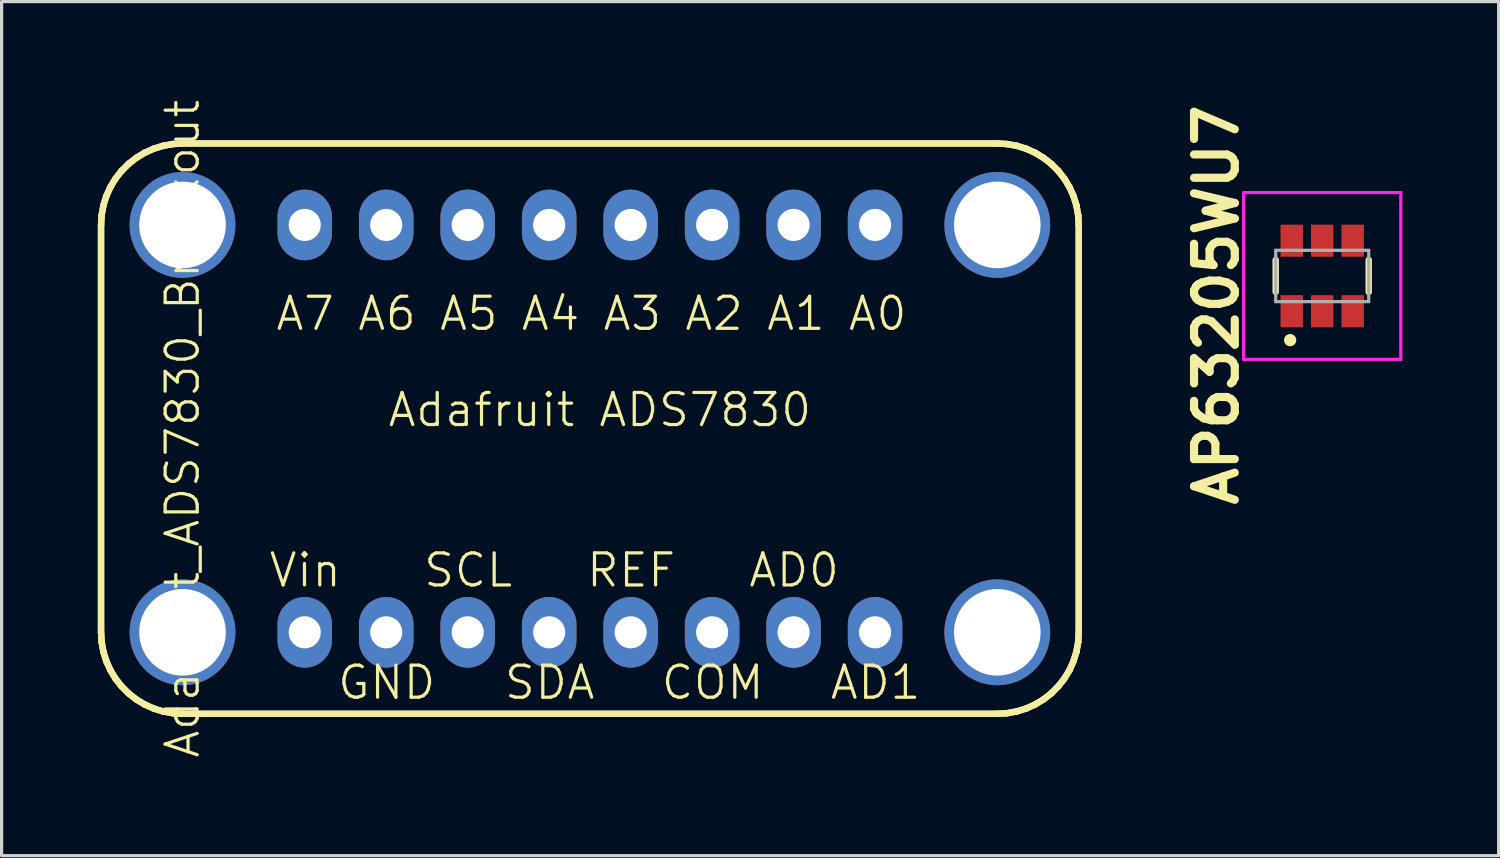
<source format=kicad_pcb>
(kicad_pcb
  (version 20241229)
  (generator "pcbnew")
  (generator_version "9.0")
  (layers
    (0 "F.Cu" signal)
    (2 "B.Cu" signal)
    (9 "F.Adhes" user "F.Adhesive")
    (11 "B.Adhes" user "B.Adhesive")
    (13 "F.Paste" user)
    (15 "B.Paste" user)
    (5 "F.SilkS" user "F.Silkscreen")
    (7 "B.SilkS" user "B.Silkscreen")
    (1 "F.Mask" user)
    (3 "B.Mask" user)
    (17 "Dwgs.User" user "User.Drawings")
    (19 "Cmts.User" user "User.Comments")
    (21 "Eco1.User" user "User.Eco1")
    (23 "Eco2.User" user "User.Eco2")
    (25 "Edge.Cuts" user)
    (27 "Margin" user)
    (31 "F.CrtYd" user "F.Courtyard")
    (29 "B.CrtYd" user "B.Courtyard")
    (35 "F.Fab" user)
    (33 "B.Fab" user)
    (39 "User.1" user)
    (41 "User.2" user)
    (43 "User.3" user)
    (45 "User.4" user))
  (footprint "AP63205WU7"
    (layer "F.Cu")
    (at 38.169 5.553)
    (property "Reference" "AP63205WU7" (at -3.3 0.9 90) (layer "F.SilkS") (effects (font (size 1.27 1.27) (thickness 0.254))))
    (attr smd)
    (fp_line (start -1.45 -0.5) (end -1.45 0.5) (stroke (width 0.2) (type solid)) (layer "F.SilkS"))
    (fp_line (start 1.45 -0.5) (end 1.45 0.5) (stroke (width 0.2) (type solid)) (layer "F.SilkS"))
    (fp_circle (center -1 2) (end -0.859 2) (stroke (width 0.1) (type solid)) (fill yes) (layer "F.SilkS"))
    (fp_line (start -2.45 -2.599) (end 2.45 -2.599) (stroke (width 0.1) (type solid)) (layer "F.CrtYd"))
    (fp_line (start -2.45 2.599) (end -2.45 -2.599) (stroke (width 0.1) (type solid)) (layer "F.CrtYd"))
    (fp_line (start 2.45 -2.599) (end 2.45 2.599) (stroke (width 0.1) (type solid)) (layer "F.CrtYd"))
    (fp_line (start 2.45 2.599) (end -2.45 2.599) (stroke (width 0.1) (type solid)) (layer "F.CrtYd"))
    (fp_line (start -1.45 -0.8) (end 1.45 -0.8) (stroke (width 0.1) (type solid)) (layer "F.Fab"))
    (fp_line (start -1.45 0.8) (end -1.45 -0.8) (stroke (width 0.1) (type solid)) (layer "F.Fab"))
    (fp_line (start 1.45 -0.8) (end 1.45 0.8) (stroke (width 0.1) (type solid)) (layer "F.Fab"))
    (fp_line (start 1.45 0.8) (end -1.45 0.8) (stroke (width 0.1) (type solid)) (layer "F.Fab"))
    (pad "1" smd rect (at -0.95 1.099) (size 0.7 1) (layers "F.Cu" "F.Mask" "F.Paste"))
    (pad "2" smd rect (at 0 1.099) (size 0.7 1) (layers "F.Cu" "F.Mask" "F.Paste"))
    (pad "3" smd rect (at 0.95 1.099) (size 0.7 1) (layers "F.Cu" "F.Mask" "F.Paste"))
    (pad "4" smd rect (at 0.95 -1.099) (size 0.7 1) (layers "F.Cu" "F.Mask" "F.Paste"))
    (pad "5" smd rect (at 0 -1.099) (size 0.7 1) (layers "F.Cu" "F.Mask" "F.Paste"))
    (pad "6" smd rect (at -0.95 -1.099) (size 0.7 1) (layers "F.Cu" "F.Mask" "F.Paste")))
  (footprint "Adafruit_ADS7830_Breakout"
    (layer "F.Cu")
    (at 15.34 10.312)
    (property "Reference" "Adafruit_ADS7830_Breakout" (at -12.7 0 90) (unlocked yes) (layer "F.SilkS") (effects (font (size 1 1) (thickness 0.1))))
    (attr through_hole)
    (fp_line (start -15.24 -6.35) (end -15.24 6.35) (stroke (width 0.2) (type solid)) (layer "F.SilkS"))
    (fp_line (start -15.24 -6.35) (end -15.24 6.35) (stroke (width 0.2) (type solid)) (layer "F.SilkS"))
    (fp_line (start -15.24 6.35) (end -15.221 6.656) (stroke (width 0.2) (type solid)) (layer "F.SilkS"))
    (fp_line (start -15.24 6.35) (end -15.221 6.656) (stroke (width 0.2) (type solid)) (layer "F.SilkS"))
    (fp_line (start -15.221 -6.656) (end -15.24 -6.35) (stroke (width 0.2) (type solid)) (layer "F.SilkS"))
    (fp_line (start -15.221 -6.656) (end -15.24 -6.35) (stroke (width 0.2) (type solid)) (layer "F.SilkS"))
    (fp_line (start -15.221 6.656) (end -15.166 6.958) (stroke (width 0.2) (type solid)) (layer "F.SilkS"))
    (fp_line (start -15.221 6.656) (end -15.166 6.958) (stroke (width 0.2) (type solid)) (layer "F.SilkS"))
    (fp_line (start -15.166 -6.958) (end -15.221 -6.656) (stroke (width 0.2) (type solid)) (layer "F.SilkS"))
    (fp_line (start -15.166 -6.958) (end -15.221 -6.656) (stroke (width 0.2) (type solid)) (layer "F.SilkS"))
    (fp_line (start -15.166 6.958) (end -15.075 7.251) (stroke (width 0.2) (type solid)) (layer "F.SilkS"))
    (fp_line (start -15.166 6.958) (end -15.075 7.251) (stroke (width 0.2) (type solid)) (layer "F.SilkS"))
    (fp_line (start -15.075 -7.251) (end -15.166 -6.958) (stroke (width 0.2) (type solid)) (layer "F.SilkS"))
    (fp_line (start -15.075 -7.251) (end -15.166 -6.958) (stroke (width 0.2) (type solid)) (layer "F.SilkS"))
    (fp_line (start -15.075 7.251) (end -14.949 7.53) (stroke (width 0.2) (type solid)) (layer "F.SilkS"))
    (fp_line (start -15.075 7.251) (end -14.949 7.53) (stroke (width 0.2) (type solid)) (layer "F.SilkS"))
    (fp_line (start -14.949 -7.53) (end -15.075 -7.251) (stroke (width 0.2) (type solid)) (layer "F.SilkS"))
    (fp_line (start -14.949 -7.53) (end -15.075 -7.251) (stroke (width 0.2) (type solid)) (layer "F.SilkS"))
    (fp_line (start -14.949 7.53) (end -14.79 7.793) (stroke (width 0.2) (type solid)) (layer "F.SilkS"))
    (fp_line (start -14.949 7.53) (end -14.79 7.793) (stroke (width 0.2) (type solid)) (layer "F.SilkS"))
    (fp_line (start -14.79 -7.793) (end -14.949 -7.53) (stroke (width 0.2) (type solid)) (layer "F.SilkS"))
    (fp_line (start -14.79 -7.793) (end -14.949 -7.53) (stroke (width 0.2) (type solid)) (layer "F.SilkS"))
    (fp_line (start -14.79 7.793) (end -14.601 8.034) (stroke (width 0.2) (type solid)) (layer "F.SilkS"))
    (fp_line (start -14.79 7.793) (end -14.601 8.034) (stroke (width 0.2) (type solid)) (layer "F.SilkS"))
    (fp_line (start -14.601 -8.034) (end -14.79 -7.793) (stroke (width 0.2) (type solid)) (layer "F.SilkS"))
    (fp_line (start -14.601 -8.034) (end -14.79 -7.793) (stroke (width 0.2) (type solid)) (layer "F.SilkS"))
    (fp_line (start -14.601 8.034) (end -14.384 8.251) (stroke (width 0.2) (type solid)) (layer "F.SilkS"))
    (fp_line (start -14.601 8.034) (end -14.384 8.251) (stroke (width 0.2) (type solid)) (layer "F.SilkS"))
    (fp_line (start -14.384 -8.251) (end -14.601 -8.034) (stroke (width 0.2) (type solid)) (layer "F.SilkS"))
    (fp_line (start -14.384 -8.251) (end -14.601 -8.034) (stroke (width 0.2) (type solid)) (layer "F.SilkS"))
    (fp_line (start -14.384 8.251) (end -14.143 8.44) (stroke (width 0.2) (type solid)) (layer "F.SilkS"))
    (fp_line (start -14.384 8.251) (end -14.143 8.44) (stroke (width 0.2) (type solid)) (layer "F.SilkS"))
    (fp_line (start -14.143 -8.44) (end -14.384 -8.251) (stroke (width 0.2) (type solid)) (layer "F.SilkS"))
    (fp_line (start -14.143 -8.44) (end -14.384 -8.251) (stroke (width 0.2) (type solid)) (layer "F.SilkS"))
    (fp_line (start -14.143 8.44) (end -13.88 8.599) (stroke (width 0.2) (type solid)) (layer "F.SilkS"))
    (fp_line (start -14.143 8.44) (end -13.88 8.599) (stroke (width 0.2) (type solid)) (layer "F.SilkS"))
    (fp_line (start -13.88 -8.599) (end -14.143 -8.44) (stroke (width 0.2) (type solid)) (layer "F.SilkS"))
    (fp_line (start -13.88 -8.599) (end -14.143 -8.44) (stroke (width 0.2) (type solid)) (layer "F.SilkS"))
    (fp_line (start -13.88 8.599) (end -13.601 8.725) (stroke (width 0.2) (type solid)) (layer "F.SilkS"))
    (fp_line (start -13.88 8.599) (end -13.601 8.725) (stroke (width 0.2) (type solid)) (layer "F.SilkS"))
    (fp_line (start -13.601 -8.725) (end -13.88 -8.599) (stroke (width 0.2) (type solid)) (layer "F.SilkS"))
    (fp_line (start -13.601 -8.725) (end -13.88 -8.599) (stroke (width 0.2) (type solid)) (layer "F.SilkS"))
    (fp_line (start -13.601 8.725) (end -13.308 8.816) (stroke (width 0.2) (type solid)) (layer "F.SilkS"))
    (fp_line (start -13.601 8.725) (end -13.308 8.816) (stroke (width 0.2) (type solid)) (layer "F.SilkS"))
    (fp_line (start -13.308 -8.816) (end -13.601 -8.725) (stroke (width 0.2) (type solid)) (layer "F.SilkS"))
    (fp_line (start -13.308 -8.816) (end -13.601 -8.725) (stroke (width 0.2) (type solid)) (layer "F.SilkS"))
    (fp_line (start -13.308 8.816) (end -13.006 8.871) (stroke (width 0.2) (type solid)) (layer "F.SilkS"))
    (fp_line (start -13.308 8.816) (end -13.006 8.871) (stroke (width 0.2) (type solid)) (layer "F.SilkS"))
    (fp_line (start -13.006 -8.871) (end -13.308 -8.816) (stroke (width 0.2) (type solid)) (layer "F.SilkS"))
    (fp_line (start -13.006 -8.871) (end -13.308 -8.816) (stroke (width 0.2) (type solid)) (layer "F.SilkS"))
    (fp_line (start -13.006 8.871) (end -12.7 8.89) (stroke (width 0.2) (type solid)) (layer "F.SilkS"))
    (fp_line (start -13.006 8.871) (end -12.7 8.89) (stroke (width 0.2) (type solid)) (layer "F.SilkS"))
    (fp_line (start -12.7 -8.89) (end -13.006 -8.871) (stroke (width 0.2) (type solid)) (layer "F.SilkS"))
    (fp_line (start -12.7 -8.89) (end -13.006 -8.871) (stroke (width 0.2) (type solid)) (layer "F.SilkS"))
    (fp_line (start -12.7 8.89) (end 12.7 8.89) (stroke (width 0.2) (type solid)) (layer "F.SilkS"))
    (fp_line (start -12.7 8.89) (end 12.7 8.89) (stroke (width 0.2) (type solid)) (layer "F.SilkS"))
    (fp_line (start 12.7 -8.89) (end -12.7 -8.89) (stroke (width 0.2) (type solid)) (layer "F.SilkS"))
    (fp_line (start 12.7 -8.89) (end -12.7 -8.89) (stroke (width 0.2) (type solid)) (layer "F.SilkS"))
    (fp_line (start 12.7 8.89) (end 13.006 8.871) (stroke (width 0.2) (type solid)) (layer "F.SilkS"))
    (fp_line (start 12.7 8.89) (end 13.006 8.871) (stroke (width 0.2) (type solid)) (layer "F.SilkS"))
    (fp_line (start 13.006 -8.871) (end 12.7 -8.89) (stroke (width 0.2) (type solid)) (layer "F.SilkS"))
    (fp_line (start 13.006 -8.871) (end 12.7 -8.89) (stroke (width 0.2) (type solid)) (layer "F.SilkS"))
    (fp_line (start 13.006 8.871) (end 13.308 8.816) (stroke (width 0.2) (type solid)) (layer "F.SilkS"))
    (fp_line (start 13.006 8.871) (end 13.308 8.816) (stroke (width 0.2) (type solid)) (layer "F.SilkS"))
    (fp_line (start 13.308 -8.816) (end 13.006 -8.871) (stroke (width 0.2) (type solid)) (layer "F.SilkS"))
    (fp_line (start 13.308 -8.816) (end 13.006 -8.871) (stroke (width 0.2) (type solid)) (layer "F.SilkS"))
    (fp_line (start 13.308 8.816) (end 13.601 8.725) (stroke (width 0.2) (type solid)) (layer "F.SilkS"))
    (fp_line (start 13.308 8.816) (end 13.601 8.725) (stroke (width 0.2) (type solid)) (layer "F.SilkS"))
    (fp_line (start 13.601 -8.725) (end 13.308 -8.816) (stroke (width 0.2) (type solid)) (layer "F.SilkS"))
    (fp_line (start 13.601 -8.725) (end 13.308 -8.816) (stroke (width 0.2) (type solid)) (layer "F.SilkS"))
    (fp_line (start 13.601 8.725) (end 13.88 8.599) (stroke (width 0.2) (type solid)) (layer "F.SilkS"))
    (fp_line (start 13.601 8.725) (end 13.88 8.599) (stroke (width 0.2) (type solid)) (layer "F.SilkS"))
    (fp_line (start 13.88 -8.599) (end 13.601 -8.725) (stroke (width 0.2) (type solid)) (layer "F.SilkS"))
    (fp_line (start 13.88 -8.599) (end 13.601 -8.725) (stroke (width 0.2) (type solid)) (layer "F.SilkS"))
    (fp_line (start 13.88 8.599) (end 14.143 8.44) (stroke (width 0.2) (type solid)) (layer "F.SilkS"))
    (fp_line (start 13.88 8.599) (end 14.143 8.44) (stroke (width 0.2) (type solid)) (layer "F.SilkS"))
    (fp_line (start 14.143 -8.44) (end 13.88 -8.599) (stroke (width 0.2) (type solid)) (layer "F.SilkS"))
    (fp_line (start 14.143 -8.44) (end 13.88 -8.599) (stroke (width 0.2) (type solid)) (layer "F.SilkS"))
    (fp_line (start 14.143 8.44) (end 14.384 8.251) (stroke (width 0.2) (type solid)) (layer "F.SilkS"))
    (fp_line (start 14.143 8.44) (end 14.384 8.251) (stroke (width 0.2) (type solid)) (layer "F.SilkS"))
    (fp_line (start 14.384 -8.251) (end 14.143 -8.44) (stroke (width 0.2) (type solid)) (layer "F.SilkS"))
    (fp_line (start 14.384 -8.251) (end 14.143 -8.44) (stroke (width 0.2) (type solid)) (layer "F.SilkS"))
    (fp_line (start 14.384 8.251) (end 14.601 8.034) (stroke (width 0.2) (type solid)) (layer "F.SilkS"))
    (fp_line (start 14.384 8.251) (end 14.601 8.034) (stroke (width 0.2) (type solid)) (layer "F.SilkS"))
    (fp_line (start 14.601 -8.034) (end 14.384 -8.251) (stroke (width 0.2) (type solid)) (layer "F.SilkS"))
    (fp_line (start 14.601 -8.034) (end 14.384 -8.251) (stroke (width 0.2) (type solid)) (layer "F.SilkS"))
    (fp_line (start 14.601 8.034) (end 14.79 7.793) (stroke (width 0.2) (type solid)) (layer "F.SilkS"))
    (fp_line (start 14.601 8.034) (end 14.79 7.793) (stroke (width 0.2) (type solid)) (layer "F.SilkS"))
    (fp_line (start 14.79 -7.793) (end 14.601 -8.034) (stroke (width 0.2) (type solid)) (layer "F.SilkS"))
    (fp_line (start 14.79 -7.793) (end 14.601 -8.034) (stroke (width 0.2) (type solid)) (layer "F.SilkS"))
    (fp_line (start 14.79 7.793) (end 14.949 7.53) (stroke (width 0.2) (type solid)) (layer "F.SilkS"))
    (fp_line (start 14.79 7.793) (end 14.949 7.53) (stroke (width 0.2) (type solid)) (layer "F.SilkS"))
    (fp_line (start 14.949 -7.53) (end 14.79 -7.793) (stroke (width 0.2) (type solid)) (layer "F.SilkS"))
    (fp_line (start 14.949 -7.53) (end 14.79 -7.793) (stroke (width 0.2) (type solid)) (layer "F.SilkS"))
    (fp_line (start 14.949 7.53) (end 15.075 7.251) (stroke (width 0.2) (type solid)) (layer "F.SilkS"))
    (fp_line (start 14.949 7.53) (end 15.075 7.251) (stroke (width 0.2) (type solid)) (layer "F.SilkS"))
    (fp_line (start 15.075 -7.251) (end 14.949 -7.53) (stroke (width 0.2) (type solid)) (layer "F.SilkS"))
    (fp_line (start 15.075 -7.251) (end 14.949 -7.53) (stroke (width 0.2) (type solid)) (layer "F.SilkS"))
    (fp_line (start 15.075 7.251) (end 15.166 6.958) (stroke (width 0.2) (type solid)) (layer "F.SilkS"))
    (fp_line (start 15.075 7.251) (end 15.166 6.958) (stroke (width 0.2) (type solid)) (layer "F.SilkS"))
    (fp_line (start 15.166 -6.958) (end 15.075 -7.251) (stroke (width 0.2) (type solid)) (layer "F.SilkS"))
    (fp_line (start 15.166 -6.958) (end 15.075 -7.251) (stroke (width 0.2) (type solid)) (layer "F.SilkS"))
    (fp_line (start 15.166 6.958) (end 15.221 6.656) (stroke (width 0.2) (type solid)) (layer "F.SilkS"))
    (fp_line (start 15.166 6.958) (end 15.221 6.656) (stroke (width 0.2) (type solid)) (layer "F.SilkS"))
    (fp_line (start 15.221 -6.656) (end 15.166 -6.958) (stroke (width 0.2) (type solid)) (layer "F.SilkS"))
    (fp_line (start 15.221 -6.656) (end 15.166 -6.958) (stroke (width 0.2) (type solid)) (layer "F.SilkS"))
    (fp_line (start 15.221 6.656) (end 15.24 6.35) (stroke (width 0.2) (type solid)) (layer "F.SilkS"))
    (fp_line (start 15.221 6.656) (end 15.24 6.35) (stroke (width 0.2) (type solid)) (layer "F.SilkS"))
    (fp_line (start 15.24 -6.35) (end 15.221 -6.656) (stroke (width 0.2) (type solid)) (layer "F.SilkS"))
    (fp_line (start 15.24 -6.35) (end 15.221 -6.656) (stroke (width 0.2) (type solid)) (layer "F.SilkS"))
    (fp_line (start 15.24 6.35) (end 15.24 -6.35) (stroke (width 0.2) (type solid)) (layer "F.SilkS"))
    (fp_line (start 15.24 6.35) (end 15.24 -6.35) (stroke (width 0.2) (type solid)) (layer "F.SilkS"))
    (fp_circle (center -12.7 -6.35) (end -11.45 -6.35) (stroke (width 0.2) (type solid)) (fill no) (layer "User.2"))
    (fp_circle (center -12.7 6.35) (end -11.45 6.35) (stroke (width 0.2) (type solid)) (fill no) (layer "User.2"))
    (fp_circle (center -8.89 -6.35) (end -8.39 -6.35) (stroke (width 0.2) (type solid)) (fill no) (layer "User.2"))
    (fp_circle (center -8.89 6.35) (end -8.39 6.35) (stroke (width 0.2) (type solid)) (fill no) (layer "User.2"))
    (fp_circle (center -6.35 -6.35) (end -5.85 -6.35) (stroke (width 0.2) (type solid)) (fill no) (layer "User.2"))
    (fp_circle (center -6.35 6.35) (end -5.85 6.35) (stroke (width 0.2) (type solid)) (fill no) (layer "User.2"))
    (fp_circle (center -3.81 -6.35) (end -3.31 -6.35) (stroke (width 0.2) (type solid)) (fill no) (layer "User.2"))
    (fp_circle (center -3.81 6.35) (end -3.31 6.35) (stroke (width 0.2) (type solid)) (fill no) (layer "User.2"))
    (fp_circle (center -1.27 -6.35) (end -0.77 -6.35) (stroke (width 0.2) (type solid)) (fill no) (layer "User.2"))
    (fp_circle (center -1.27 6.35) (end -0.77 6.35) (stroke (width 0.2) (type solid)) (fill no) (layer "User.2"))
    (fp_circle (center 1.27 -6.35) (end 1.77 -6.35) (stroke (width 0.2) (type solid)) (fill no) (layer "User.2"))
    (fp_circle (center 1.27 6.35) (end 1.77 6.35) (stroke (width 0.2) (type solid)) (fill no) (layer "User.2"))
    (fp_circle (center 3.81 -6.35) (end 4.31 -6.35) (stroke (width 0.2) (type solid)) (fill no) (layer "User.2"))
    (fp_circle (center 3.81 6.35) (end 4.31 6.35) (stroke (width 0.2) (type solid)) (fill no) (layer "User.2"))
    (fp_circle (center 6.35 -6.35) (end 6.85 -6.35) (stroke (width 0.2) (type solid)) (fill no) (layer "User.2"))
    (fp_circle (center 6.35 6.35) (end 6.85 6.35) (stroke (width 0.2) (type solid)) (fill no) (layer "User.2"))
    (fp_circle (center 8.89 -6.35) (end 9.39 -6.35) (stroke (width 0.2) (type solid)) (fill no) (layer "User.2"))
    (fp_circle (center 8.89 6.35) (end 9.39 6.35) (stroke (width 0.2) (type solid)) (fill no) (layer "User.2"))
    (fp_circle (center 12.7 -6.35) (end 13.95 -6.35) (stroke (width 0.2) (type solid)) (fill no) (layer "User.2"))
    (fp_circle (center 12.7 6.35) (end 13.95 6.35) (stroke (width 0.2) (type solid)) (fill no) (layer "User.2"))
    (fp_text user "REF" (at -0.161 5 0) (unlocked yes) (layer "F.SilkS") (effects (font (size 1 1) (thickness 0.1)) (justify left bottom)))
    (fp_text user "AD1" (at 7.435 8.5 0) (unlocked yes) (layer "F.SilkS") (effects (font (size 1 1) (thickness 0.1)) (justify left bottom)))
    (fp_text user "A4" (at -2.197 -3 0) (unlocked yes) (layer "F.SilkS") (effects (font (size 1 1) (thickness 0.1)) (justify left bottom)))
    (fp_text user "A0" (at 8 -3 0) (unlocked yes) (layer "F.SilkS") (effects (font (size 1 1) (thickness 0.1)) (justify left bottom)))
    (fp_text user "GND" (at -7.924 8.5 0) (unlocked yes) (layer "F.SilkS") (effects (font (size 1 1) (thickness 0.1)) (justify left bottom)))
    (fp_text user "COM" (at 2.165 8.5 0) (unlocked yes) (layer "F.SilkS") (effects (font (size 1 1) (thickness 0.1)) (justify left bottom)))
    (fp_text user "Vin" (at -10.059 5 0) (unlocked yes) (layer "F.SilkS") (effects (font (size 1 1) (thickness 0.1)) (justify left bottom)))
    (fp_text user "SDA" (at -2.725 8.5 0) (unlocked yes) (layer "F.SilkS") (effects (font (size 1 1) (thickness 0.1)) (justify left bottom)))
    (fp_text user "A7" (at -9.845 -3 0) (unlocked yes) (layer "F.SilkS") (effects (font (size 1 1) (thickness 0.1)) (justify left bottom)))
    (fp_text user "SCL" (at -5.241 5 0) (unlocked yes) (layer "F.SilkS") (effects (font (size 1 1) (thickness 0.1)) (justify left bottom)))
    (fp_text user "Adafruit ADS7830" (at -6.35 0 0) (unlocked yes) (layer "F.SilkS") (effects (font (size 1 1) (thickness 0.1)) (justify left bottom)))
    (fp_text user "A5" (at -4.746 -3 0) (unlocked yes) (layer "F.SilkS") (effects (font (size 1 1) (thickness 0.1)) (justify left bottom)))
    (fp_text user "A6" (at -7.296 -3 0) (unlocked yes) (layer "F.SilkS") (effects (font (size 1 1) (thickness 0.1)) (justify left bottom)))
    (fp_text user "A2" (at 2.901 -3 0) (unlocked yes) (layer "F.SilkS") (effects (font (size 1 1) (thickness 0.1)) (justify left bottom)))
    (fp_text user "A1" (at 5.451 -3 0) (unlocked yes) (layer "F.SilkS") (effects (font (size 1 1) (thickness 0.1)) (justify left bottom)))
    (fp_text user "AD0" (at 4.895 5 0) (unlocked yes) (layer "F.SilkS") (effects (font (size 1 1) (thickness 0.1)) (justify left bottom)))
    (fp_text user "A3" (at 0.352 -3 0) (unlocked yes) (layer "F.SilkS") (effects (font (size 1 1) (thickness 0.1)) (justify left bottom)))
    (pad "0" thru_hole circle (at -12.7 -6.35) (size 3.3 3.3) (drill 2.7) (layers "*.Cu" "*.Mask"))
    (pad "0" thru_hole circle (at -12.7 6.35) (size 3.3 3.3) (drill 2.7) (layers "*.Cu" "*.Mask"))
    (pad "0" thru_hole circle (at 12.7 -6.35) (size 3.3 3.3) (drill 2.7) (layers "*.Cu" "*.Mask"))
    (pad "0" thru_hole circle (at 12.7 6.35) (size 3.3 3.3) (drill 2.7) (layers "*.Cu" "*.Mask"))
    (pad "1" thru_hole oval (at -8.89 -6.35) (size 1.7 2.2) (drill 1) (layers "*.Cu" "*.Mask"))
    (pad "2" thru_hole oval (at -6.35 -6.35) (size 1.7 2.2) (drill 1) (layers "*.Cu" "*.Mask"))
    (pad "3" thru_hole oval (at -3.81 -6.35) (size 1.7 2.2) (drill 1) (layers "*.Cu" "*.Mask"))
    (pad "4" thru_hole oval (at -1.27 -6.35) (size 1.7 2.2) (drill 1) (layers "*.Cu" "*.Mask"))
    (pad "5" thru_hole oval (at 1.27 -6.35) (size 1.7 2.2) (drill 1) (layers "*.Cu" "*.Mask"))
    (pad "6" thru_hole oval (at 3.81 -6.35) (size 1.7 2.2) (drill 1) (layers "*.Cu" "*.Mask"))
    (pad "7" thru_hole oval (at 6.35 -6.35) (size 1.7 2.2) (drill 1) (layers "*.Cu" "*.Mask"))
    (pad "8" thru_hole oval (at 8.89 -6.35) (size 1.7 2.2) (drill 1) (layers "*.Cu" "*.Mask"))
    (pad "9" thru_hole oval (at 8.89 6.35) (size 1.7 2.2) (drill 1) (layers "*.Cu" "*.Mask"))
    (pad "10" thru_hole oval (at 6.35 6.35) (size 1.7 2.2) (drill 1) (layers "*.Cu" "*.Mask"))
    (pad "11" thru_hole oval (at 3.81 6.35) (size 1.7 2.2) (drill 1) (layers "*.Cu" "*.Mask"))
    (pad "12" thru_hole oval (at 1.27 6.35) (size 1.7 2.2) (drill 1) (layers "*.Cu" "*.Mask"))
    (pad "13" thru_hole oval (at -1.27 6.35) (size 1.7 2.2) (drill 1) (layers "*.Cu" "*.Mask"))
    (pad "14" thru_hole oval (at -3.81 6.35) (size 1.7 2.2) (drill 1) (layers "*.Cu" "*.Mask"))
    (pad "15" thru_hole oval (at -6.35 6.35) (size 1.7 2.2) (drill 1) (layers "*.Cu" "*.Mask"))
    (pad "16" thru_hole oval (at -8.89 6.35) (size 1.7 2.2) (drill 1) (layers "*.Cu" "*.Mask")))
  (gr_rect
    (start -3 -3)
    (end 43.669 23.624)
    (stroke (width 0.1) (type default))
    (fill no)
    (layer "Edge.Cuts")))
</source>
